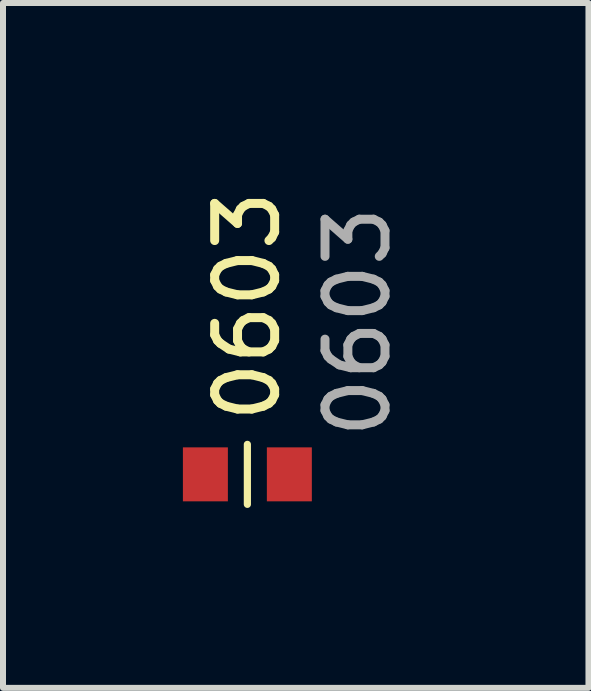
<source format=kicad_pcb>
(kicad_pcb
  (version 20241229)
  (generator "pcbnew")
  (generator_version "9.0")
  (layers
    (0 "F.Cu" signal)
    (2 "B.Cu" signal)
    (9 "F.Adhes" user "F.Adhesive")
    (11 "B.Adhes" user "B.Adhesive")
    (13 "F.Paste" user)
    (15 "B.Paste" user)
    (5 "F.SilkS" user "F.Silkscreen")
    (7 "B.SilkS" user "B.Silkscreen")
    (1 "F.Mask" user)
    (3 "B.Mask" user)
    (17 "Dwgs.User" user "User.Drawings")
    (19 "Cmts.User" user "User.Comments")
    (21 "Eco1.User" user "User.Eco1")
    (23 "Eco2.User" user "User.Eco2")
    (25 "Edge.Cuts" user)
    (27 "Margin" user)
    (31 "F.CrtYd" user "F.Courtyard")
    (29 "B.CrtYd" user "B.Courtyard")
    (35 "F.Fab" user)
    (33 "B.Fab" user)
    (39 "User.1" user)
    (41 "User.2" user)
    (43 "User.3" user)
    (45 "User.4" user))
  (footprint "0603"
    (layer "F.Cu")
    (at 0.375 4.86)
    (property "Reference" "0603" (at 0.7 -0.8 90) (unlocked yes) (layer "F.SilkS") (effects (font (size 1 1) (thickness 0.15)) (justify left)))
    (attr smd)
    (fp_line (start 0.7 -0.5) (end 0.7 0.5) (stroke (width 0.12) (type solid)) (layer "F.SilkS"))
    (fp_text user "${REFERENCE}" (at 2.54 -2.54 90) (unlocked yes) (layer "F.Fab") (effects (font (size 1 1) (thickness 0.15))))
    (pad "1" smd rect (at 0 0) (size 0.75 0.9) (layers "F.Cu" "F.Mask" "F.Paste"))
    (pad "2" smd rect (at 1.4 0) (size 0.75 0.9) (layers "F.Cu" "F.Mask" "F.Paste")))
  (gr_rect
    (start -3 -3)
    (end 6.763 8.42)
    (stroke (width 0.1) (type default))
    (fill no)
    (layer "Edge.Cuts")))
</source>
